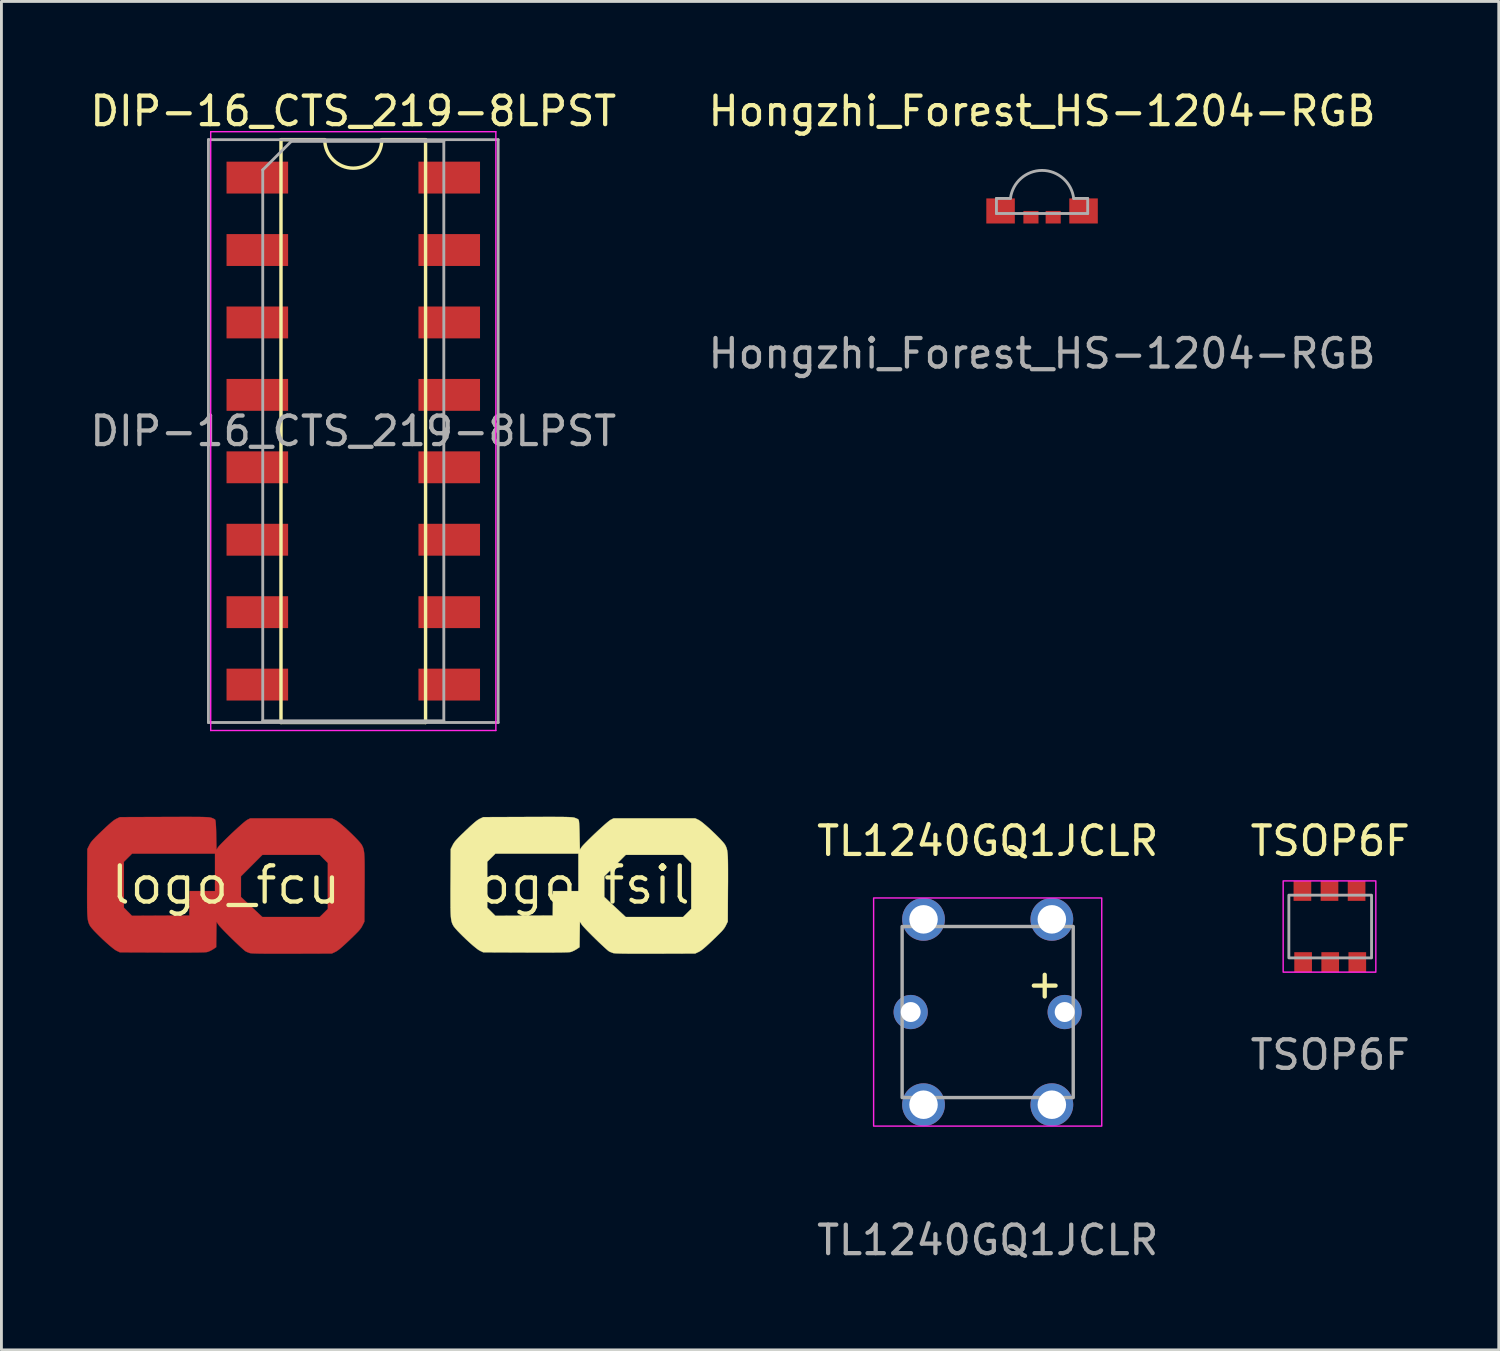
<source format=kicad_pcb>
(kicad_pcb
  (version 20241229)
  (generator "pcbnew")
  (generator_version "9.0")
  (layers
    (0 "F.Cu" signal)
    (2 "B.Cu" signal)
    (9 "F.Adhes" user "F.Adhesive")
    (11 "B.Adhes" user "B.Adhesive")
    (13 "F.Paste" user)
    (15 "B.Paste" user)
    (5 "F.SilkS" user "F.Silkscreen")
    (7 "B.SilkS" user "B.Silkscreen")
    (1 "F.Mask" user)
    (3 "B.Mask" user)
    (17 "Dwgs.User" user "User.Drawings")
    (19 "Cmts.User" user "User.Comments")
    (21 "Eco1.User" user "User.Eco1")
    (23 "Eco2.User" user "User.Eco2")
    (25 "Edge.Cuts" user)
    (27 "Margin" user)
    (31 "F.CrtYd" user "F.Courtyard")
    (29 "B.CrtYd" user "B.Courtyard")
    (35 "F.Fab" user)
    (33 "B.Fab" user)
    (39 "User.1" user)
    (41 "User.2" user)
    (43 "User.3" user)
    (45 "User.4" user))
  (footprint "TL1240GQ1JCLR"
    (layer "F.Cu")
    (at 31.587 32.441)
    (property "Reference" "TL1240GQ1JCLR" (at 0 -6 0) (unlocked yes) (layer "F.SilkS") (effects (font (size 1 1) (thickness 0.15))))
    (attr through_hole)
    (fp_rect (start -4 -4) (end 4 4) (stroke (width 0.05) (type default)) (fill no) (layer "F.CrtYd"))
    (fp_rect (start -3 -3) (end 3 3) (stroke (width 0.12) (type default)) (fill no) (layer "F.Fab"))
    (fp_text user "+" (at 2 -1 0) (unlocked yes) (layer "F.SilkS") (effects (font (size 1 1) (thickness 0.15))))
    (fp_text user "${REFERENCE}" (at 0 8 0) (unlocked yes) (layer "F.Fab") (effects (font (size 1 1) (thickness 0.15))))
    (pad "1" thru_hole circle (at 2.25 -3.25) (size 1.5 1.5) (drill 1) (layers "*.Cu" "*.Mask"))
    (pad "2" thru_hole circle (at 2.25 3.25) (size 1.5 1.5) (drill 1) (layers "*.Cu" "*.Mask"))
    (pad "3" thru_hole circle (at -2.25 -3.25) (size 1.5 1.5) (drill 1) (layers "*.Cu" "*.Mask"))
    (pad "4" thru_hole circle (at -2.25 3.25) (size 1.5 1.5) (drill 1) (layers "*.Cu" "*.Mask"))
    (pad "5" thru_hole circle (at 2.7 0) (size 1.2 1.2) (drill 0.7) (layers "*.Cu" "*.Mask"))
    (pad "6" thru_hole circle (at -2.7 0) (size 1.2 1.2) (drill 0.7) (layers "*.Cu" "*.Mask")))
  (footprint "TSOP6F"
    (layer "F.Cu")
    (at 43.599 29.442)
    (property "Reference" "TSOP6F" (at 0 -3 0) (unlocked yes) (layer "F.SilkS") (effects (font (size 1 1) (thickness 0.15))))
    (attr smd)
    (fp_rect (start -1.65 -1.6) (end 1.6 1.6) (stroke (width 0.05) (type default)) (fill no) (layer "F.CrtYd"))
    (fp_rect (start -1.45 -1.1) (end 1.45 1.1) (stroke (width 0.1) (type default)) (fill no) (layer "F.Fab"))
    (fp_text user "${REFERENCE}" (at 0 4.5 0) (unlocked yes) (layer "F.Fab") (effects (font (size 1 1) (thickness 0.15))))
    (pad "1" smd rect (at -0.95 1.25) (size 0.62 0.7) (layers "F.Cu" "F.Mask" "F.Paste"))
    (pad "2" smd rect (at 0 1.25) (size 0.62 0.7) (layers "F.Cu" "F.Mask" "F.Paste"))
    (pad "3" smd rect (at 0.95 1.25) (size 0.62 0.7) (layers "F.Cu" "F.Mask" "F.Paste"))
    (pad "4" smd rect (at 0.925 -1.25) (size 0.62 0.7) (layers "F.Cu" "F.Mask" "F.Paste"))
    (pad "5" smd rect (at -0.025 -1.25) (size 0.62 0.7) (layers "F.Cu" "F.Mask" "F.Paste"))
    (pad "6" smd rect (at -0.975 -1.25) (size 0.62 0.7) (layers "F.Cu" "F.Mask" "F.Paste")))
  (footprint "DIP-16_CTS_219-8LPST"
    (layer "F.Cu")
    (at 9.339 12.068)
    (property "Reference" "DIP-16_CTS_219-8LPST" (at 0 -11.22 0) (layer "F.SilkS") (effects (font (size 1 1) (thickness 0.15))))
    (attr smd)
    (fp_line (start -2.535 -10.22) (end -2.535 10.22) (stroke (width 0.12) (type solid)) (layer "F.SilkS"))
    (fp_line (start -2.535 10.22) (end 2.535 10.22) (stroke (width 0.12) (type solid)) (layer "F.SilkS"))
    (fp_line (start -1 -10.22) (end -2.535 -10.22) (stroke (width 0.12) (type solid)) (layer "F.SilkS"))
    (fp_line (start 2.535 -10.22) (end 1 -10.22) (stroke (width 0.12) (type solid)) (layer "F.SilkS"))
    (fp_line (start 2.535 10.22) (end 2.535 -10.22) (stroke (width 0.12) (type solid)) (layer "F.SilkS"))
    (fp_arc (start 1 -10.22) (mid 0 -9.22) (end -1 -10.22) (stroke (width 0.12) (type solid)) (layer "F.SilkS"))
    (fp_line (start -5 -10.5) (end -5 10.5) (stroke (width 0.05) (type default)) (layer "F.CrtYd"))
    (fp_line (start -5 10.5) (end 5 10.5) (stroke (width 0.05) (type solid)) (layer "F.CrtYd"))
    (fp_line (start 5 -10.5) (end -5 -10.5) (stroke (width 0.05) (type solid)) (layer "F.CrtYd"))
    (fp_line (start 5 10.5) (end 5 -10.5) (stroke (width 0.05) (type default)) (layer "F.CrtYd"))
    (fp_line (start -5.08 -10.22) (end -5.08 10.22) (stroke (width 0.1) (type solid)) (layer "F.Fab"))
    (fp_line (start -5.08 10.22) (end 5.08 10.22) (stroke (width 0.1) (type solid)) (layer "F.Fab"))
    (fp_line (start -3.175 -9.16) (end -2.175 -10.16) (stroke (width 0.1) (type solid)) (layer "F.Fab"))
    (fp_line (start -3.175 10.16) (end -3.175 -9.16) (stroke (width 0.1) (type solid)) (layer "F.Fab"))
    (fp_line (start -2.175 -10.16) (end 3.175 -10.16) (stroke (width 0.1) (type solid)) (layer "F.Fab"))
    (fp_line (start 3.175 -10.16) (end 3.175 10.16) (stroke (width 0.1) (type solid)) (layer "F.Fab"))
    (fp_line (start 3.175 10.16) (end -3.175 10.16) (stroke (width 0.1) (type solid)) (layer "F.Fab"))
    (fp_line (start 5.08 -10.22) (end -5.08 -10.22) (stroke (width 0.1) (type solid)) (layer "F.Fab"))
    (fp_line (start 5.08 10.22) (end 5.08 -10.22) (stroke (width 0.1) (type solid)) (layer "F.Fab"))
    (fp_text user "${REFERENCE}" (at 0 0 0) (layer "F.Fab") (effects (font (size 1 1) (thickness 0.15))))
    (pad "1" smd rect (at -3.365 -8.89) (size 2.159 1.118) (layers "F.Cu" "F.Mask" "F.Paste"))
    (pad "2" smd rect (at -3.365 -6.35) (size 2.159 1.118) (layers "F.Cu" "F.Mask" "F.Paste"))
    (pad "3" smd rect (at -3.365 -3.81) (size 2.159 1.118) (layers "F.Cu" "F.Mask" "F.Paste"))
    (pad "4" smd rect (at -3.365 -1.27) (size 2.159 1.118) (layers "F.Cu" "F.Mask" "F.Paste"))
    (pad "5" smd rect (at -3.365 1.27) (size 2.159 1.118) (layers "F.Cu" "F.Mask" "F.Paste"))
    (pad "6" smd rect (at -3.365 3.81) (size 2.159 1.118) (layers "F.Cu" "F.Mask" "F.Paste"))
    (pad "7" smd rect (at -3.365 6.35) (size 2.159 1.118) (layers "F.Cu" "F.Mask" "F.Paste"))
    (pad "8" smd rect (at -3.365 8.89) (size 2.159 1.118) (layers "F.Cu" "F.Mask" "F.Paste"))
    (pad "9" smd rect (at 3.365 8.89) (size 2.159 1.118) (layers "F.Cu" "F.Mask" "F.Paste"))
    (pad "10" smd rect (at 3.365 6.35) (size 2.159 1.118) (layers "F.Cu" "F.Mask" "F.Paste"))
    (pad "11" smd rect (at 3.365 3.81) (size 2.159 1.118) (layers "F.Cu" "F.Mask" "F.Paste"))
    (pad "12" smd rect (at 3.365 1.27) (size 2.159 1.118) (layers "F.Cu" "F.Mask" "F.Paste"))
    (pad "13" smd rect (at 3.365 -1.27) (size 2.159 1.118) (layers "F.Cu" "F.Mask" "F.Paste"))
    (pad "14" smd rect (at 3.365 -3.81) (size 2.159 1.118) (layers "F.Cu" "F.Mask" "F.Paste"))
    (pad "15" smd rect (at 3.365 -6.35) (size 2.159 1.118) (layers "F.Cu" "F.Mask" "F.Paste"))
    (pad "16" smd rect (at 3.365 -8.89) (size 2.159 1.118) (layers "F.Cu" "F.Mask" "F.Paste")))
  (footprint "logo_fcu"
    (layer "F.Cu")
    (at 4.871 27.987)
    (property "Reference" "logo_fcu" (at 0 0 0) (layer "F.SilkS") (effects (font (size 1.27 1.27) (thickness 0.15))))
    (attr through_hole)
    (fp_poly (pts (xy -1.201 -2.389) (xy -1.042 -2.388) (xy -0.91 -2.387) (xy -0.803 -2.385) (xy -0.717 -2.382) (xy -0.65 -2.379) (xy -0.598 -2.375) (xy -0.559 -2.37) (xy -0.529 -2.364) (xy -0.518 -2.361) (xy -0.45 -2.336) (xy -0.397 -2.309) (xy -0.378 -2.294) (xy -0.368 -2.272) (xy -0.36 -2.229) (xy -0.354 -2.161) (xy -0.348 -2.065) (xy -0.343 -1.935) (xy -0.339 -1.767) (xy -0.339 -1.748) (xy -0.328 -1.238) (xy -0.282 -1.312) (xy -0.248 -1.357) (xy -0.187 -1.424) (xy -0.105 -1.508) (xy -0.007 -1.606) (xy 0.102 -1.712) (xy 0.217 -1.822) (xy 0.333 -1.93) (xy 0.445 -2.032) (xy 0.547 -2.124) (xy 0.636 -2.2) (xy 0.705 -2.255) (xy 0.75 -2.286) (xy 0.752 -2.287) (xy 0.857 -2.339) (xy 3.715 -2.339) (xy 3.836 -2.282) (xy 3.895 -2.246) (xy 3.977 -2.185) (xy 4.075 -2.103) (xy 4.185 -2.007) (xy 4.3 -1.901) (xy 4.414 -1.792) (xy 4.522 -1.685) (xy 4.618 -1.586) (xy 4.696 -1.499) (xy 4.75 -1.431) (xy 4.767 -1.404) (xy 4.788 -1.363) (xy 4.807 -1.321) (xy 4.822 -1.276) (xy 4.835 -1.223) (xy 4.845 -1.16) (xy 4.853 -1.082) (xy 4.859 -0.987) (xy 4.863 -0.87) (xy 4.865 -0.728) (xy 4.866 -0.558) (xy 4.866 -0.355) (xy 4.866 -0.117) (xy 4.864 0.117) (xy 4.858 1.282) (xy 4.789 1.422) (xy 4.763 1.471) (xy 4.732 1.518) (xy 4.692 1.57) (xy 4.639 1.63) (xy 4.567 1.703) (xy 4.474 1.795) (xy 4.355 1.91) (xy 4.339 1.926) (xy 4.204 2.053) (xy 4.094 2.153) (xy 4.005 2.23) (xy 3.933 2.286) (xy 3.875 2.325) (xy 3.836 2.345) (xy 3.715 2.402) (xy 2.318 2.407) (xy 2.023 2.407) (xy 1.768 2.407) (xy 1.551 2.407) (xy 1.367 2.406) (xy 1.216 2.405) (xy 1.093 2.402) (xy 0.997 2.399) (xy 0.925 2.396) (xy 0.875 2.391) (xy 0.842 2.386) (xy 0.836 2.384) (xy 0.768 2.359) (xy 0.708 2.333) (xy 0.7 2.329) (xy 0.663 2.302) (xy 0.602 2.25) (xy 0.521 2.177) (xy 0.426 2.088) (xy 0.321 1.989) (xy 0.212 1.883) (xy 0.103 1.776) (xy 0.000101 1.672) (xy -0.093 1.577) (xy -0.17 1.495) (xy -0.228 1.432) (xy -0.26 1.391) (xy -0.328 1.286) (xy -0.34 2.18) (xy -0.45 2.253) (xy -0.528 2.298) (xy -0.61 2.334) (xy -0.656 2.349) (xy -0.696 2.354) (xy -0.77 2.359) (xy -0.88 2.362) (xy -1.027 2.365) (xy -1.211 2.366) (xy -1.434 2.367) (xy -1.697 2.368) (xy -2 2.367) (xy -2.233 2.366) (xy -3.715 2.36) (xy -3.836 2.303) (xy -3.894 2.268) (xy -3.975 2.206) (xy -4.074 2.125) (xy -4.183 2.029) (xy -4.298 1.924) (xy -4.412 1.815) (xy -4.52 1.708) (xy -4.617 1.608) (xy -4.695 1.521) (xy -4.749 1.453) (xy -4.767 1.425) (xy -4.789 1.383) (xy -4.807 1.342) (xy -4.822 1.296) (xy -4.835 1.244) (xy -4.845 1.181) (xy -4.853 1.103) (xy -4.859 1.007) (xy -4.863 0.89) (xy -4.865 0.748) (xy -4.866 0.577) (xy -4.866 0.374) (xy -4.866 0.135) (xy -4.864 -0.096) (xy -4.86 -0.816) (xy -3.577 -0.816) (xy -3.577 0.793) (xy -3.435 0.936) (xy -3.292 1.08) (xy -1.281 1.069) (xy -1.275 0.64) (xy -1.269 0.212) (xy -0.381 0.212) (xy -0.381 -0.306) (xy 0.529 -0.306) (xy 0.529 0.419) (xy 0.904 0.77) (xy 1.28 1.122) (xy 3.29 1.122) (xy 3.434 0.98) (xy 3.577 0.837) (xy 3.577 -0.772) (xy 3.435 -0.915) (xy 3.293 -1.058) (xy 1.28 -1.058) (xy 0.905 -0.682) (xy 0.529 -0.306) (xy -0.381 -0.306) (xy -0.381 -1.101) (xy -3.29 -1.101) (xy -3.434 -0.958) (xy -3.577 -0.816) (xy -4.86 -0.816) (xy -4.858 -1.26) (xy -4.789 -1.4) (xy -4.763 -1.449) (xy -4.732 -1.496) (xy -4.692 -1.548) (xy -4.638 -1.608) (xy -4.567 -1.682) (xy -4.473 -1.775) (xy -4.353 -1.89) (xy -4.338 -1.904) (xy -4.203 -2.032) (xy -4.093 -2.132) (xy -4.004 -2.209) (xy -3.933 -2.265) (xy -3.874 -2.304) (xy -3.836 -2.324) (xy -3.715 -2.381) (xy -2.172 -2.387) (xy -1.873 -2.388) (xy -1.613 -2.389) (xy -1.39 -2.389) (xy -1.201 -2.389)) (stroke (width 0.01) (type solid)) (fill yes) (layer "F.Cu"))
    (fp_poly (pts (xy -1.201 -2.389) (xy -1.042 -2.388) (xy -0.91 -2.387) (xy -0.803 -2.385) (xy -0.717 -2.382) (xy -0.65 -2.379) (xy -0.598 -2.375) (xy -0.559 -2.37) (xy -0.529 -2.364) (xy -0.518 -2.361) (xy -0.45 -2.336) (xy -0.397 -2.309) (xy -0.378 -2.294) (xy -0.368 -2.272) (xy -0.36 -2.229) (xy -0.354 -2.161) (xy -0.348 -2.065) (xy -0.343 -1.935) (xy -0.339 -1.767) (xy -0.339 -1.748) (xy -0.328 -1.238) (xy -0.282 -1.312) (xy -0.248 -1.357) (xy -0.187 -1.424) (xy -0.105 -1.508) (xy -0.007 -1.606) (xy 0.102 -1.712) (xy 0.217 -1.822) (xy 0.333 -1.93) (xy 0.445 -2.032) (xy 0.547 -2.124) (xy 0.636 -2.2) (xy 0.705 -2.255) (xy 0.75 -2.286) (xy 0.752 -2.287) (xy 0.857 -2.339) (xy 3.715 -2.339) (xy 3.836 -2.282) (xy 3.895 -2.246) (xy 3.977 -2.185) (xy 4.075 -2.103) (xy 4.185 -2.007) (xy 4.3 -1.901) (xy 4.414 -1.792) (xy 4.522 -1.685) (xy 4.618 -1.586) (xy 4.696 -1.499) (xy 4.75 -1.431) (xy 4.767 -1.404) (xy 4.788 -1.363) (xy 4.807 -1.321) (xy 4.822 -1.276) (xy 4.835 -1.223) (xy 4.845 -1.16) (xy 4.853 -1.082) (xy 4.859 -0.987) (xy 4.863 -0.87) (xy 4.865 -0.728) (xy 4.866 -0.558) (xy 4.866 -0.355) (xy 4.866 -0.117) (xy 4.864 0.117) (xy 4.858 1.282) (xy 4.789 1.422) (xy 4.763 1.471) (xy 4.732 1.518) (xy 4.692 1.57) (xy 4.639 1.63) (xy 4.567 1.703) (xy 4.474 1.795) (xy 4.355 1.91) (xy 4.339 1.926) (xy 4.204 2.053) (xy 4.094 2.153) (xy 4.005 2.23) (xy 3.933 2.286) (xy 3.875 2.325) (xy 3.836 2.345) (xy 3.715 2.402) (xy 2.318 2.407) (xy 2.023 2.407) (xy 1.768 2.407) (xy 1.551 2.407) (xy 1.367 2.406) (xy 1.216 2.405) (xy 1.093 2.402) (xy 0.997 2.399) (xy 0.925 2.396) (xy 0.875 2.391) (xy 0.842 2.386) (xy 0.836 2.384) (xy 0.768 2.359) (xy 0.708 2.333) (xy 0.7 2.329) (xy 0.663 2.302) (xy 0.602 2.25) (xy 0.521 2.177) (xy 0.426 2.088) (xy 0.321 1.989) (xy 0.212 1.883) (xy 0.103 1.776) (xy 0.000101 1.672) (xy -0.093 1.577) (xy -0.17 1.495) (xy -0.228 1.432) (xy -0.26 1.391) (xy -0.328 1.286) (xy -0.34 2.18) (xy -0.45 2.253) (xy -0.528 2.298) (xy -0.61 2.334) (xy -0.656 2.349) (xy -0.696 2.354) (xy -0.77 2.359) (xy -0.88 2.362) (xy -1.027 2.365) (xy -1.211 2.366) (xy -1.434 2.367) (xy -1.697 2.368) (xy -2 2.367) (xy -2.233 2.366) (xy -3.715 2.36) (xy -3.836 2.303) (xy -3.894 2.268) (xy -3.975 2.206) (xy -4.074 2.125) (xy -4.183 2.029) (xy -4.298 1.924) (xy -4.412 1.815) (xy -4.52 1.708) (xy -4.617 1.608) (xy -4.695 1.521) (xy -4.749 1.453) (xy -4.767 1.425) (xy -4.789 1.383) (xy -4.807 1.342) (xy -4.822 1.296) (xy -4.835 1.244) (xy -4.845 1.181) (xy -4.853 1.103) (xy -4.859 1.007) (xy -4.863 0.89) (xy -4.865 0.748) (xy -4.866 0.577) (xy -4.866 0.374) (xy -4.866 0.135) (xy -4.864 -0.096) (xy -4.86 -0.816) (xy -3.577 -0.816) (xy -3.577 0.793) (xy -3.435 0.936) (xy -3.292 1.08) (xy -1.281 1.069) (xy -1.275 0.64) (xy -1.269 0.212) (xy -0.381 0.212) (xy -0.381 -0.306) (xy 0.529 -0.306) (xy 0.529 0.419) (xy 0.904 0.77) (xy 1.28 1.122) (xy 3.29 1.122) (xy 3.434 0.98) (xy 3.577 0.837) (xy 3.577 -0.772) (xy 3.435 -0.915) (xy 3.293 -1.058) (xy 1.28 -1.058) (xy 0.905 -0.682) (xy 0.529 -0.306) (xy -0.381 -0.306) (xy -0.381 -1.101) (xy -3.29 -1.101) (xy -3.434 -0.958) (xy -3.577 -0.816) (xy -4.86 -0.816) (xy -4.858 -1.26) (xy -4.789 -1.4) (xy -4.763 -1.449) (xy -4.732 -1.496) (xy -4.692 -1.548) (xy -4.638 -1.608) (xy -4.567 -1.682) (xy -4.473 -1.775) (xy -4.353 -1.89) (xy -4.338 -1.904) (xy -4.203 -2.032) (xy -4.093 -2.132) (xy -4.004 -2.209) (xy -3.933 -2.265) (xy -3.874 -2.304) (xy -3.836 -2.324) (xy -3.715 -2.381) (xy -2.172 -2.387) (xy -1.873 -2.388) (xy -1.613 -2.389) (xy -1.39 -2.389) (xy -1.201 -2.389)) (stroke (width 0.01) (type solid)) (fill yes) (layer "F.Mask")))
  (footprint "logo_fsilk"
    (layer "F.Cu")
    (at 17.614 27.987)
    (property "Reference" "logo_fsilk" (at 0 0 0) (layer "F.SilkS") (effects (font (size 1.27 1.27) (thickness 0.15))))
    (attr through_hole)
    (fp_poly (pts (xy -1.201 -2.389) (xy -1.042 -2.388) (xy -0.91 -2.387) (xy -0.803 -2.385) (xy -0.717 -2.382) (xy -0.65 -2.379) (xy -0.598 -2.375) (xy -0.559 -2.37) (xy -0.529 -2.364) (xy -0.518 -2.361) (xy -0.45 -2.336) (xy -0.397 -2.309) (xy -0.378 -2.294) (xy -0.368 -2.272) (xy -0.36 -2.229) (xy -0.354 -2.161) (xy -0.348 -2.065) (xy -0.343 -1.935) (xy -0.339 -1.767) (xy -0.339 -1.748) (xy -0.328 -1.238) (xy -0.282 -1.312) (xy -0.248 -1.357) (xy -0.187 -1.424) (xy -0.105 -1.508) (xy -0.007 -1.606) (xy 0.102 -1.712) (xy 0.217 -1.822) (xy 0.333 -1.93) (xy 0.445 -2.032) (xy 0.547 -2.124) (xy 0.636 -2.2) (xy 0.705 -2.255) (xy 0.75 -2.286) (xy 0.752 -2.287) (xy 0.857 -2.339) (xy 3.715 -2.339) (xy 3.836 -2.282) (xy 3.895 -2.246) (xy 3.977 -2.185) (xy 4.075 -2.103) (xy 4.185 -2.007) (xy 4.3 -1.901) (xy 4.414 -1.792) (xy 4.522 -1.685) (xy 4.618 -1.586) (xy 4.696 -1.499) (xy 4.75 -1.431) (xy 4.767 -1.404) (xy 4.788 -1.363) (xy 4.807 -1.321) (xy 4.822 -1.276) (xy 4.835 -1.223) (xy 4.845 -1.16) (xy 4.853 -1.082) (xy 4.859 -0.987) (xy 4.863 -0.87) (xy 4.865 -0.728) (xy 4.866 -0.558) (xy 4.866 -0.355) (xy 4.866 -0.117) (xy 4.864 0.117) (xy 4.858 1.282) (xy 4.789 1.422) (xy 4.763 1.471) (xy 4.732 1.518) (xy 4.692 1.57) (xy 4.639 1.63) (xy 4.567 1.703) (xy 4.474 1.795) (xy 4.355 1.91) (xy 4.339 1.926) (xy 4.204 2.053) (xy 4.094 2.153) (xy 4.005 2.23) (xy 3.933 2.286) (xy 3.875 2.325) (xy 3.836 2.345) (xy 3.715 2.402) (xy 2.318 2.407) (xy 2.023 2.407) (xy 1.768 2.407) (xy 1.551 2.407) (xy 1.367 2.406) (xy 1.216 2.405) (xy 1.093 2.402) (xy 0.997 2.399) (xy 0.925 2.396) (xy 0.875 2.391) (xy 0.842 2.386) (xy 0.836 2.384) (xy 0.768 2.359) (xy 0.708 2.333) (xy 0.7 2.329) (xy 0.663 2.302) (xy 0.602 2.25) (xy 0.521 2.177) (xy 0.426 2.088) (xy 0.321 1.989) (xy 0.212 1.883) (xy 0.103 1.776) (xy 0.000101 1.672) (xy -0.093 1.577) (xy -0.17 1.495) (xy -0.228 1.432) (xy -0.26 1.391) (xy -0.328 1.286) (xy -0.34 2.18) (xy -0.45 2.253) (xy -0.528 2.298) (xy -0.61 2.334) (xy -0.656 2.349) (xy -0.696 2.354) (xy -0.77 2.359) (xy -0.88 2.362) (xy -1.027 2.365) (xy -1.211 2.366) (xy -1.434 2.367) (xy -1.697 2.368) (xy -2 2.367) (xy -2.233 2.366) (xy -3.715 2.36) (xy -3.836 2.303) (xy -3.894 2.268) (xy -3.975 2.206) (xy -4.074 2.125) (xy -4.183 2.029) (xy -4.298 1.924) (xy -4.412 1.815) (xy -4.52 1.708) (xy -4.617 1.608) (xy -4.695 1.521) (xy -4.749 1.453) (xy -4.767 1.425) (xy -4.789 1.383) (xy -4.807 1.342) (xy -4.822 1.296) (xy -4.835 1.244) (xy -4.845 1.181) (xy -4.853 1.103) (xy -4.859 1.007) (xy -4.863 0.89) (xy -4.865 0.748) (xy -4.866 0.577) (xy -4.866 0.374) (xy -4.866 0.135) (xy -4.864 -0.096) (xy -4.86 -0.816) (xy -3.577 -0.816) (xy -3.577 0.793) (xy -3.435 0.936) (xy -3.292 1.08) (xy -1.281 1.069) (xy -1.275 0.64) (xy -1.269 0.212) (xy -0.381 0.212) (xy -0.381 -0.306) (xy 0.529 -0.306) (xy 0.529 0.419) (xy 0.904 0.77) (xy 1.28 1.122) (xy 3.29 1.122) (xy 3.434 0.98) (xy 3.577 0.837) (xy 3.577 -0.772) (xy 3.435 -0.915) (xy 3.293 -1.058) (xy 1.28 -1.058) (xy 0.905 -0.682) (xy 0.529 -0.306) (xy -0.381 -0.306) (xy -0.381 -1.101) (xy -3.29 -1.101) (xy -3.434 -0.958) (xy -3.577 -0.816) (xy -4.86 -0.816) (xy -4.858 -1.26) (xy -4.789 -1.4) (xy -4.763 -1.449) (xy -4.732 -1.496) (xy -4.692 -1.548) (xy -4.638 -1.608) (xy -4.567 -1.682) (xy -4.473 -1.775) (xy -4.353 -1.89) (xy -4.338 -1.904) (xy -4.203 -2.032) (xy -4.093 -2.132) (xy -4.004 -2.209) (xy -3.933 -2.265) (xy -3.874 -2.304) (xy -3.836 -2.324) (xy -3.715 -2.381) (xy -2.172 -2.387) (xy -1.873 -2.388) (xy -1.613 -2.389) (xy -1.39 -2.389) (xy -1.201 -2.389)) (stroke (width 0.01) (type solid)) (fill yes) (layer "F.SilkS")))
  (footprint "Hongzhi_Forest_HS-1204-RGB"
    (layer "F.Cu")
    (at 33.494 4.348)
    (property "Reference" "Hongzhi_Forest_HS-1204-RGB" (at 0 -3.5 0) (unlocked yes) (layer "F.SilkS") (effects (font (size 1 1) (thickness 0.15))))
    (attr smd)
    (fp_line (start -1.6 -0.44) (end -1.108 -0.44) (stroke (width 0.1) (type default)) (layer "F.Fab"))
    (fp_line (start -1.6 0.09) (end -1.6 -0.44) (stroke (width 0.1) (type default)) (layer "F.Fab"))
    (fp_line (start -1.6 0.09) (end 1.6 0.09) (stroke (width 0.1) (type default)) (layer "F.Fab"))
    (fp_line (start 1.108 -0.44) (end 1.6 -0.44) (stroke (width 0.1) (type default)) (layer "F.Fab"))
    (fp_line (start 1.6 0.09) (end 1.6 -0.44) (stroke (width 0.1) (type default)) (layer "F.Fab"))
    (fp_arc (start -1.108491 -0.440334) (mid 0.000296 -1.421266) (end 1.108491 -0.439666) (stroke (width 0.1) (type default)) (layer "F.Fab"))
    (fp_text user "${REFERENCE}" (at 0 5 0) (unlocked yes) (layer "F.Fab") (effects (font (size 1 1) (thickness 0.15))))
    (pad "1" smd rect (at 0.39 0.22) (size 0.53 0.44) (layers "F.Cu" "F.Mask" "F.Paste"))
    (pad "2" smd rect (at -0.39 0.22) (size 0.53 0.44) (layers "F.Cu" "F.Mask" "F.Paste"))
    (pad "3" smd rect (at 1.455 0) (size 1 0.88) (layers "F.Cu" "F.Mask" "F.Paste"))
    (pad "4" smd rect (at -1.455 0) (size 1 0.88) (layers "F.Cu" "F.Mask" "F.Paste")))
  (gr_rect
    (start -3 -3)
    (end 49.51 44.29)
    (stroke (width 0.1) (type default))
    (fill no)
    (layer "Edge.Cuts")))
</source>
